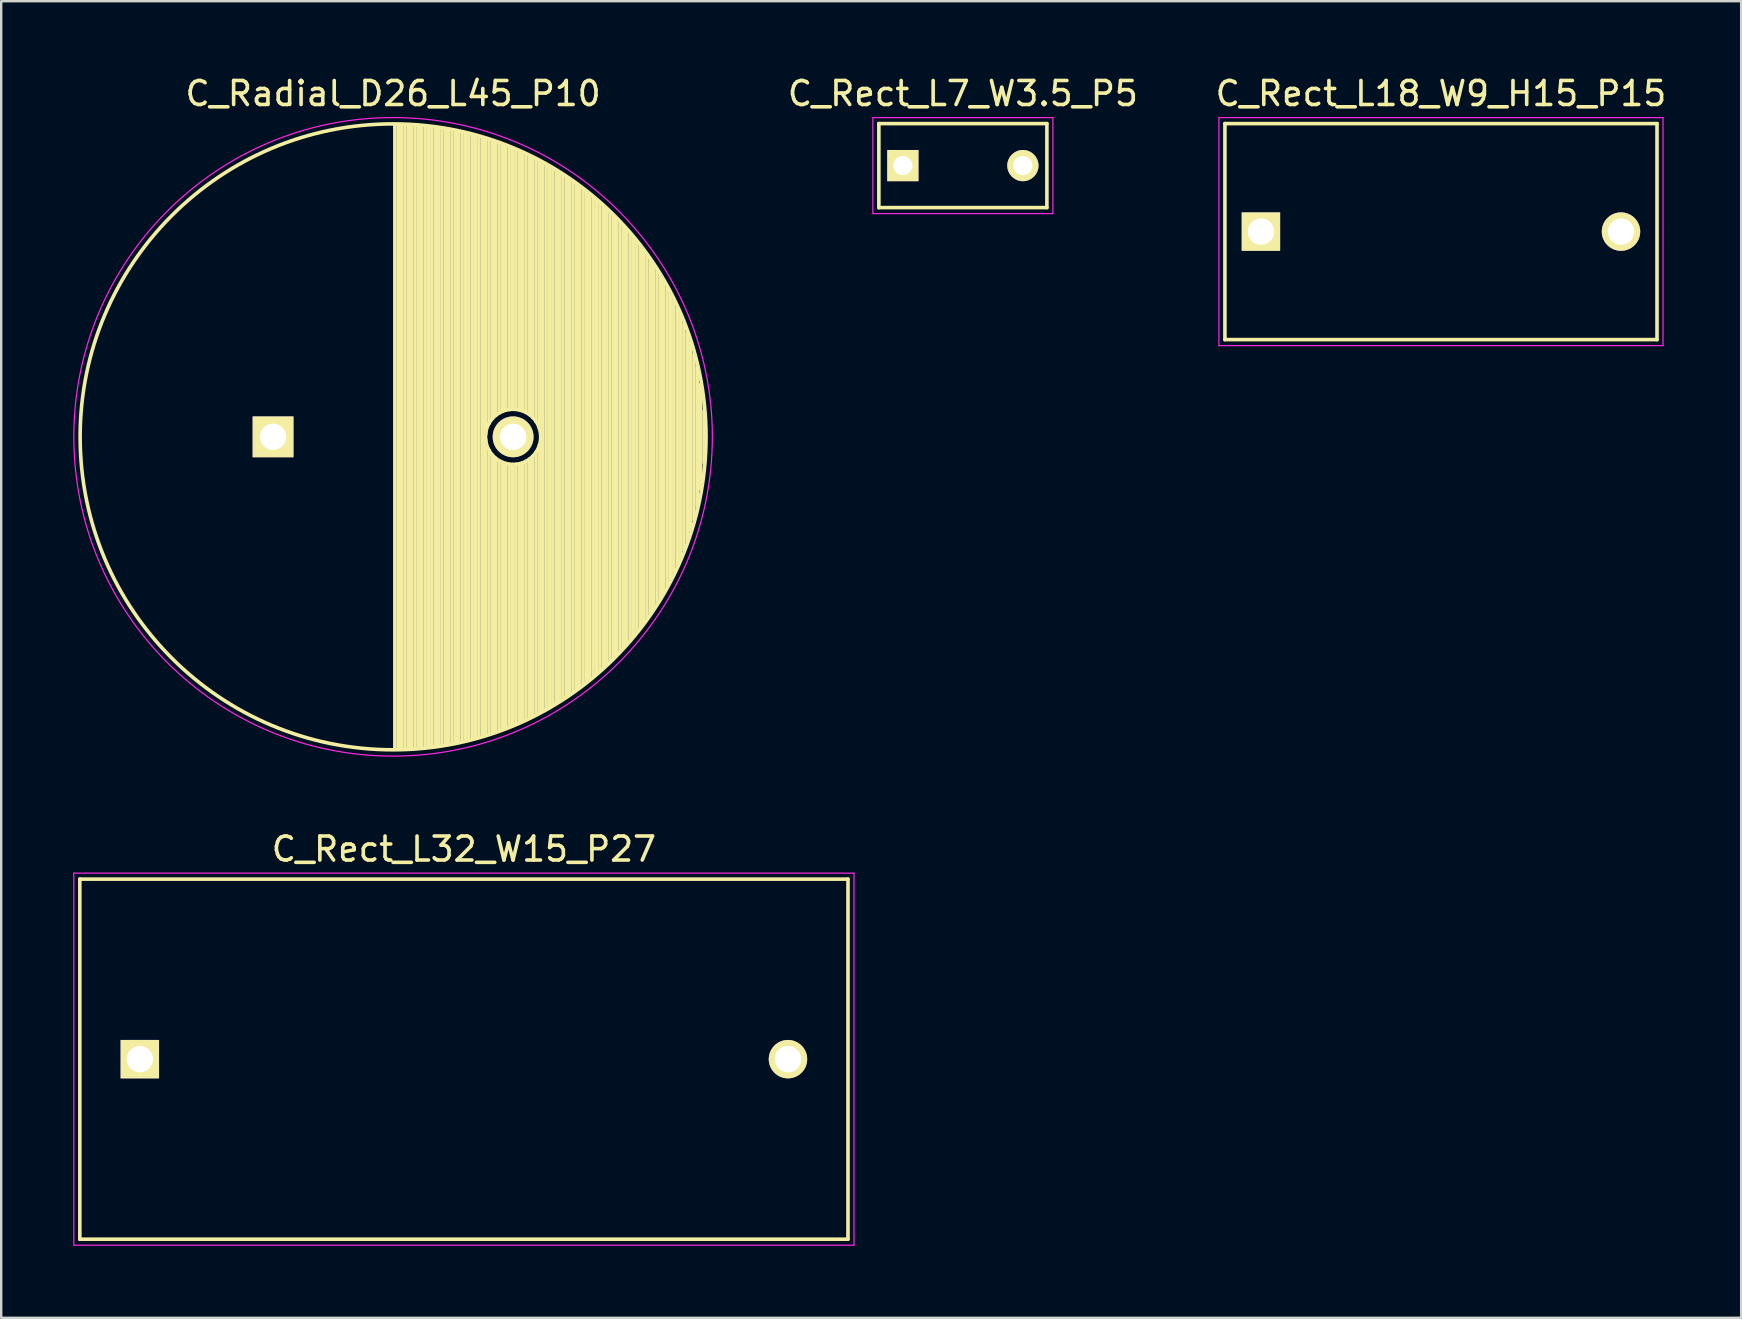
<source format=kicad_pcb>
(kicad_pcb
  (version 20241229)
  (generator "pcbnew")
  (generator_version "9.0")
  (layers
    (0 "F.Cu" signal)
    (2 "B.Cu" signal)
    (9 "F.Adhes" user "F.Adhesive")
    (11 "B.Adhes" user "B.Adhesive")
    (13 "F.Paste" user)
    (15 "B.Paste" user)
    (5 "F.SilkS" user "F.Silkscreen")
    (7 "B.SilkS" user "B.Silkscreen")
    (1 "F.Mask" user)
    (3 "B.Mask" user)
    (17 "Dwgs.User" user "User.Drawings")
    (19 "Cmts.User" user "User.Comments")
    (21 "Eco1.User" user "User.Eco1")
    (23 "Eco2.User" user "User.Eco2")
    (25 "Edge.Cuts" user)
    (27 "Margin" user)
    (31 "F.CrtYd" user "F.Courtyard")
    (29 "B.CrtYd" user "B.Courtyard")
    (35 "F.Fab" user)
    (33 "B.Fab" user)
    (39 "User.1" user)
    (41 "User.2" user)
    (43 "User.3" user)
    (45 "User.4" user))
  (footprint "C_Rect_L32_W15_P27"
    (layer "F.Cu")
    (at 2.775 41.072)
    (property "Reference" "C_Rect_L32_W15_P27" (at 13.5 -8.75 0) (layer "F.SilkS") (effects (font (size 1 1) (thickness 0.15))))
    (attr through_hole)
    (fp_line (start -2.5 -7.5) (end 29.5 -7.5) (stroke (width 0.15) (type solid)) (layer "F.SilkS"))
    (fp_line (start -2.5 7.5) (end -2.5 -7.5) (stroke (width 0.15) (type solid)) (layer "F.SilkS"))
    (fp_line (start 29.5 -7.5) (end 29.5 7.5) (stroke (width 0.15) (type solid)) (layer "F.SilkS"))
    (fp_line (start 29.5 7.5) (end -2.5 7.5) (stroke (width 0.15) (type solid)) (layer "F.SilkS"))
    (fp_line (start -2.75 -7.75) (end 29.75 -7.75) (stroke (width 0.05) (type solid)) (layer "F.CrtYd"))
    (fp_line (start -2.75 7.75) (end -2.75 -7.75) (stroke (width 0.05) (type solid)) (layer "F.CrtYd"))
    (fp_line (start 29.75 -7.75) (end 29.75 7.75) (stroke (width 0.05) (type solid)) (layer "F.CrtYd"))
    (fp_line (start 29.75 7.75) (end -2.75 7.75) (stroke (width 0.05) (type solid)) (layer "F.CrtYd"))
    (pad "1" thru_hole rect (at 0 0) (size 1.6 1.6) (drill 1.1) (layers "*.Cu" "*.Mask" "F.SilkS"))
    (pad "2" thru_hole circle (at 27 0) (size 1.6 1.6) (drill 1.1) (layers "*.Cu" "*.Mask" "F.SilkS")))
  (footprint "C_Radial_D26_L45_P10"
    (layer "F.Cu")
    (at 8.325 15.148)
    (property "Reference" "C_Radial_D26_L45_P10" (at 5 -14.3 0) (layer "F.SilkS") (effects (font (size 1 1) (thickness 0.15))))
    (attr through_hole)
    (fp_line (start 5.075 -13) (end 5.075 13) (stroke (width 0.15) (type solid)) (layer "F.SilkS"))
    (fp_line (start 5.215 -12.998) (end 5.215 12.998) (stroke (width 0.15) (type solid)) (layer "F.SilkS"))
    (fp_line (start 5.355 -12.995) (end 5.355 12.995) (stroke (width 0.15) (type solid)) (layer "F.SilkS"))
    (fp_line (start 5.495 -12.991) (end 5.495 12.991) (stroke (width 0.15) (type solid)) (layer "F.SilkS"))
    (fp_line (start 5.635 -12.984) (end 5.635 12.984) (stroke (width 0.15) (type solid)) (layer "F.SilkS"))
    (fp_line (start 5.775 -12.977) (end 5.775 12.977) (stroke (width 0.15) (type solid)) (layer "F.SilkS"))
    (fp_line (start 5.915 -12.968) (end 5.915 12.968) (stroke (width 0.15) (type solid)) (layer "F.SilkS"))
    (fp_line (start 6.055 -12.957) (end 6.055 12.957) (stroke (width 0.15) (type solid)) (layer "F.SilkS"))
    (fp_line (start 6.195 -12.945) (end 6.195 12.945) (stroke (width 0.15) (type solid)) (layer "F.SilkS"))
    (fp_line (start 6.335 -12.931) (end 6.335 12.931) (stroke (width 0.15) (type solid)) (layer "F.SilkS"))
    (fp_line (start 6.475 -12.916) (end 6.475 12.916) (stroke (width 0.15) (type solid)) (layer "F.SilkS"))
    (fp_line (start 6.615 -12.899) (end 6.615 12.899) (stroke (width 0.15) (type solid)) (layer "F.SilkS"))
    (fp_line (start 6.755 -12.881) (end 6.755 12.881) (stroke (width 0.15) (type solid)) (layer "F.SilkS"))
    (fp_line (start 6.895 -12.861) (end 6.895 12.861) (stroke (width 0.15) (type solid)) (layer "F.SilkS"))
    (fp_line (start 7.035 -12.84) (end 7.035 12.84) (stroke (width 0.15) (type solid)) (layer "F.SilkS"))
    (fp_line (start 7.175 -12.817) (end 7.175 12.817) (stroke (width 0.15) (type solid)) (layer "F.SilkS"))
    (fp_line (start 7.315 -12.792) (end 7.315 12.792) (stroke (width 0.15) (type solid)) (layer "F.SilkS"))
    (fp_line (start 7.455 -12.766) (end 7.455 12.766) (stroke (width 0.15) (type solid)) (layer "F.SilkS"))
    (fp_line (start 7.595 -12.738) (end 7.595 12.738) (stroke (width 0.15) (type solid)) (layer "F.SilkS"))
    (fp_line (start 7.735 -12.709) (end 7.735 12.709) (stroke (width 0.15) (type solid)) (layer "F.SilkS"))
    (fp_line (start 7.875 -12.678) (end 7.875 12.678) (stroke (width 0.15) (type solid)) (layer "F.SilkS"))
    (fp_line (start 8.015 -12.646) (end 8.015 12.646) (stroke (width 0.15) (type solid)) (layer "F.SilkS"))
    (fp_line (start 8.155 -12.611) (end 8.155 12.611) (stroke (width 0.15) (type solid)) (layer "F.SilkS"))
    (fp_line (start 8.295 -12.575) (end 8.295 12.575) (stroke (width 0.15) (type solid)) (layer "F.SilkS"))
    (fp_line (start 8.435 -12.538) (end 8.435 12.538) (stroke (width 0.15) (type solid)) (layer "F.SilkS"))
    (fp_line (start 8.575 -12.499) (end 8.575 12.499) (stroke (width 0.15) (type solid)) (layer "F.SilkS"))
    (fp_line (start 8.715 -12.458) (end 8.715 12.458) (stroke (width 0.15) (type solid)) (layer "F.SilkS"))
    (fp_line (start 8.855 -12.415) (end 8.855 -0.107) (stroke (width 0.15) (type solid)) (layer "F.SilkS"))
    (fp_line (start 8.855 0.107) (end 8.855 12.415) (stroke (width 0.15) (type solid)) (layer "F.SilkS"))
    (fp_line (start 8.995 -12.371) (end 8.995 -0.559) (stroke (width 0.15) (type solid)) (layer "F.SilkS"))
    (fp_line (start 8.995 0.559) (end 8.995 12.371) (stroke (width 0.15) (type solid)) (layer "F.SilkS"))
    (fp_line (start 9.135 -12.325) (end 9.135 -0.758) (stroke (width 0.15) (type solid)) (layer "F.SilkS"))
    (fp_line (start 9.135 0.758) (end 9.135 12.325) (stroke (width 0.15) (type solid)) (layer "F.SilkS"))
    (fp_line (start 9.275 -12.277) (end 9.275 -0.893) (stroke (width 0.15) (type solid)) (layer "F.SilkS"))
    (fp_line (start 9.275 0.893) (end 9.275 12.277) (stroke (width 0.15) (type solid)) (layer "F.SilkS"))
    (fp_line (start 9.415 -12.227) (end 9.415 -0.99) (stroke (width 0.15) (type solid)) (layer "F.SilkS"))
    (fp_line (start 9.415 0.99) (end 9.415 12.227) (stroke (width 0.15) (type solid)) (layer "F.SilkS"))
    (fp_line (start 9.555 -12.176) (end 9.555 -1.06) (stroke (width 0.15) (type solid)) (layer "F.SilkS"))
    (fp_line (start 9.555 1.06) (end 9.555 12.176) (stroke (width 0.15) (type solid)) (layer "F.SilkS"))
    (fp_line (start 9.695 -12.123) (end 9.695 -1.109) (stroke (width 0.15) (type solid)) (layer "F.SilkS"))
    (fp_line (start 9.695 1.109) (end 9.695 12.123) (stroke (width 0.15) (type solid)) (layer "F.SilkS"))
    (fp_line (start 9.835 -12.067) (end 9.835 -1.138) (stroke (width 0.15) (type solid)) (layer "F.SilkS"))
    (fp_line (start 9.835 1.138) (end 9.835 12.067) (stroke (width 0.15) (type solid)) (layer "F.SilkS"))
    (fp_line (start 9.975 -12.01) (end 9.975 -1.15) (stroke (width 0.15) (type solid)) (layer "F.SilkS"))
    (fp_line (start 9.975 1.15) (end 9.975 12.01) (stroke (width 0.15) (type solid)) (layer "F.SilkS"))
    (fp_line (start 10.115 -11.951) (end 10.115 -1.144) (stroke (width 0.15) (type solid)) (layer "F.SilkS"))
    (fp_line (start 10.115 1.144) (end 10.115 11.951) (stroke (width 0.15) (type solid)) (layer "F.SilkS"))
    (fp_line (start 10.255 -11.891) (end 10.255 -1.121) (stroke (width 0.15) (type solid)) (layer "F.SilkS"))
    (fp_line (start 10.255 1.121) (end 10.255 11.891) (stroke (width 0.15) (type solid)) (layer "F.SilkS"))
    (fp_line (start 10.395 -11.828) (end 10.395 -1.08) (stroke (width 0.15) (type solid)) (layer "F.SilkS"))
    (fp_line (start 10.395 1.08) (end 10.395 11.828) (stroke (width 0.15) (type solid)) (layer "F.SilkS"))
    (fp_line (start 10.535 -11.763) (end 10.535 -1.018) (stroke (width 0.15) (type solid)) (layer "F.SilkS"))
    (fp_line (start 10.535 1.018) (end 10.535 11.763) (stroke (width 0.15) (type solid)) (layer "F.SilkS"))
    (fp_line (start 10.675 -11.696) (end 10.675 -0.931) (stroke (width 0.15) (type solid)) (layer "F.SilkS"))
    (fp_line (start 10.675 0.931) (end 10.675 11.696) (stroke (width 0.15) (type solid)) (layer "F.SilkS"))
    (fp_line (start 10.815 -11.627) (end 10.815 -0.811) (stroke (width 0.15) (type solid)) (layer "F.SilkS"))
    (fp_line (start 10.815 0.811) (end 10.815 11.627) (stroke (width 0.15) (type solid)) (layer "F.SilkS"))
    (fp_line (start 10.955 -11.556) (end 10.955 -0.641) (stroke (width 0.15) (type solid)) (layer "F.SilkS"))
    (fp_line (start 10.955 0.641) (end 10.955 11.556) (stroke (width 0.15) (type solid)) (layer "F.SilkS"))
    (fp_line (start 11.095 -11.483) (end 11.095 -0.351) (stroke (width 0.15) (type solid)) (layer "F.SilkS"))
    (fp_line (start 11.095 0.351) (end 11.095 11.483) (stroke (width 0.15) (type solid)) (layer "F.SilkS"))
    (fp_line (start 11.235 -11.407) (end 11.235 11.407) (stroke (width 0.15) (type solid)) (layer "F.SilkS"))
    (fp_line (start 11.375 -11.33) (end 11.375 11.33) (stroke (width 0.15) (type solid)) (layer "F.SilkS"))
    (fp_line (start 11.515 -11.25) (end 11.515 11.25) (stroke (width 0.15) (type solid)) (layer "F.SilkS"))
    (fp_line (start 11.655 -11.167) (end 11.655 11.167) (stroke (width 0.15) (type solid)) (layer "F.SilkS"))
    (fp_line (start 11.795 -11.083) (end 11.795 11.083) (stroke (width 0.15) (type solid)) (layer "F.SilkS"))
    (fp_line (start 11.935 -10.996) (end 11.935 10.996) (stroke (width 0.15) (type solid)) (layer "F.SilkS"))
    (fp_line (start 12.075 -10.906) (end 12.075 10.906) (stroke (width 0.15) (type solid)) (layer "F.SilkS"))
    (fp_line (start 12.215 -10.814) (end 12.215 10.814) (stroke (width 0.15) (type solid)) (layer "F.SilkS"))
    (fp_line (start 12.355 -10.719) (end 12.355 10.719) (stroke (width 0.15) (type solid)) (layer "F.SilkS"))
    (fp_line (start 12.495 -10.622) (end 12.495 10.622) (stroke (width 0.15) (type solid)) (layer "F.SilkS"))
    (fp_line (start 12.635 -10.522) (end 12.635 10.522) (stroke (width 0.15) (type solid)) (layer "F.SilkS"))
    (fp_line (start 12.775 -10.419) (end 12.775 10.419) (stroke (width 0.15) (type solid)) (layer "F.SilkS"))
    (fp_line (start 12.915 -10.313) (end 12.915 10.313) (stroke (width 0.15) (type solid)) (layer "F.SilkS"))
    (fp_line (start 13.055 -10.204) (end 13.055 10.204) (stroke (width 0.15) (type solid)) (layer "F.SilkS"))
    (fp_line (start 13.195 -10.092) (end 13.195 10.092) (stroke (width 0.15) (type solid)) (layer "F.SilkS"))
    (fp_line (start 13.335 -9.976) (end 13.335 9.976) (stroke (width 0.15) (type solid)) (layer "F.SilkS"))
    (fp_line (start 13.475 -9.858) (end 13.475 9.858) (stroke (width 0.15) (type solid)) (layer "F.SilkS"))
    (fp_line (start 13.615 -9.736) (end 13.615 9.736) (stroke (width 0.15) (type solid)) (layer "F.SilkS"))
    (fp_line (start 13.755 -9.61) (end 13.755 9.61) (stroke (width 0.15) (type solid)) (layer "F.SilkS"))
    (fp_line (start 13.895 -9.48) (end 13.895 9.48) (stroke (width 0.15) (type solid)) (layer "F.SilkS"))
    (fp_line (start 14.035 -9.347) (end 14.035 9.347) (stroke (width 0.15) (type solid)) (layer "F.SilkS"))
    (fp_line (start 14.175 -9.21) (end 14.175 9.21) (stroke (width 0.15) (type solid)) (layer "F.SilkS"))
    (fp_line (start 14.315 -9.068) (end 14.315 9.068) (stroke (width 0.15) (type solid)) (layer "F.SilkS"))
    (fp_line (start 14.455 -8.922) (end 14.455 8.922) (stroke (width 0.15) (type solid)) (layer "F.SilkS"))
    (fp_line (start 14.595 -8.771) (end 14.595 8.771) (stroke (width 0.15) (type solid)) (layer "F.SilkS"))
    (fp_line (start 14.735 -8.616) (end 14.735 8.616) (stroke (width 0.15) (type solid)) (layer "F.SilkS"))
    (fp_line (start 14.875 -8.455) (end 14.875 8.455) (stroke (width 0.15) (type solid)) (layer "F.SilkS"))
    (fp_line (start 15.015 -8.289) (end 15.015 8.289) (stroke (width 0.15) (type solid)) (layer "F.SilkS"))
    (fp_line (start 15.155 -8.116) (end 15.155 8.116) (stroke (width 0.15) (type solid)) (layer "F.SilkS"))
    (fp_line (start 15.295 -7.938) (end 15.295 7.938) (stroke (width 0.15) (type solid)) (layer "F.SilkS"))
    (fp_line (start 15.435 -7.753) (end 15.435 7.753) (stroke (width 0.15) (type solid)) (layer "F.SilkS"))
    (fp_line (start 15.575 -7.561) (end 15.575 7.561) (stroke (width 0.15) (type solid)) (layer "F.SilkS"))
    (fp_line (start 15.715 -7.361) (end 15.715 7.361) (stroke (width 0.15) (type solid)) (layer "F.SilkS"))
    (fp_line (start 15.855 -7.153) (end 15.855 7.153) (stroke (width 0.15) (type solid)) (layer "F.SilkS"))
    (fp_line (start 15.995 -6.936) (end 15.995 6.936) (stroke (width 0.15) (type solid)) (layer "F.SilkS"))
    (fp_line (start 16.135 -6.709) (end 16.135 6.709) (stroke (width 0.15) (type solid)) (layer "F.SilkS"))
    (fp_line (start 16.275 -6.471) (end 16.275 6.471) (stroke (width 0.15) (type solid)) (layer "F.SilkS"))
    (fp_line (start 16.415 -6.221) (end 16.415 6.221) (stroke (width 0.15) (type solid)) (layer "F.SilkS"))
    (fp_line (start 16.555 -5.957) (end 16.555 5.957) (stroke (width 0.15) (type solid)) (layer "F.SilkS"))
    (fp_line (start 16.695 -5.677) (end 16.695 5.677) (stroke (width 0.15) (type solid)) (layer "F.SilkS"))
    (fp_line (start 16.835 -5.379) (end 16.835 5.379) (stroke (width 0.15) (type solid)) (layer "F.SilkS"))
    (fp_line (start 16.975 -5.06) (end 16.975 5.06) (stroke (width 0.15) (type solid)) (layer "F.SilkS"))
    (fp_line (start 17.115 -4.715) (end 17.115 4.715) (stroke (width 0.15) (type solid)) (layer "F.SilkS"))
    (fp_line (start 17.255 -4.338) (end 17.255 4.338) (stroke (width 0.15) (type solid)) (layer "F.SilkS"))
    (fp_line (start 17.395 -3.92) (end 17.395 3.92) (stroke (width 0.15) (type solid)) (layer "F.SilkS"))
    (fp_line (start 17.535 -3.446) (end 17.535 3.446) (stroke (width 0.15) (type solid)) (layer "F.SilkS"))
    (fp_line (start 17.675 -2.889) (end 17.675 2.889) (stroke (width 0.15) (type solid)) (layer "F.SilkS"))
    (fp_line (start 17.815 -2.185) (end 17.815 2.185) (stroke (width 0.15) (type solid)) (layer "F.SilkS"))
    (fp_line (start 17.955 -1.081) (end 17.955 1.081) (stroke (width 0.15) (type solid)) (layer "F.SilkS"))
    (fp_circle (center 5 0) (end 5 -13.037) (stroke (width 0.15) (type solid)) (fill no) (layer "F.SilkS"))
    (fp_circle (center 10 0) (end 10 -1.15) (stroke (width 0.15) (type solid)) (fill no) (layer "F.SilkS"))
    (fp_circle (center 5 0) (end 5 -13.3) (stroke (width 0.05) (type solid)) (fill no) (layer "F.CrtYd"))
    (pad "1" thru_hole rect (at 0 0) (size 1.7 1.7) (drill 1.1) (layers "*.Cu" "*.Mask" "F.SilkS"))
    (pad "2" thru_hole circle (at 10 0) (size 1.7 1.7) (drill 1.1) (layers "*.Cu" "*.Mask" "F.SilkS")))
  (footprint "C_Rect_L18_W9_H15_P15"
    (layer "F.Cu")
    (at 49.477 6.598)
    (property "Reference" "C_Rect_L18_W9_H15_P15" (at 7.5 -5.75 0) (layer "F.SilkS") (effects (font (size 1 1) (thickness 0.15))))
    (attr through_hole)
    (fp_line (start -1.5 -4.5) (end 16.5 -4.5) (stroke (width 0.15) (type solid)) (layer "F.SilkS"))
    (fp_line (start -1.5 4.5) (end -1.5 -4.5) (stroke (width 0.15) (type solid)) (layer "F.SilkS"))
    (fp_line (start 16.5 -4.5) (end 16.5 4.5) (stroke (width 0.15) (type solid)) (layer "F.SilkS"))
    (fp_line (start 16.5 4.5) (end -1.5 4.5) (stroke (width 0.15) (type solid)) (layer "F.SilkS"))
    (fp_line (start -1.75 -4.75) (end 16.75 -4.75) (stroke (width 0.05) (type solid)) (layer "F.CrtYd"))
    (fp_line (start -1.75 4.75) (end -1.75 -4.75) (stroke (width 0.05) (type solid)) (layer "F.CrtYd"))
    (fp_line (start 16.75 -4.75) (end 16.75 4.75) (stroke (width 0.05) (type solid)) (layer "F.CrtYd"))
    (fp_line (start 16.75 4.75) (end -1.75 4.75) (stroke (width 0.05) (type solid)) (layer "F.CrtYd"))
    (pad "1" thru_hole rect (at 0 0) (size 1.6 1.6) (drill 1.1) (layers "*.Cu" "*.Mask" "F.SilkS"))
    (pad "2" thru_hole circle (at 15 0) (size 1.6 1.6) (drill 1.1) (layers "*.Cu" "*.Mask" "F.SilkS")))
  (footprint "C_Rect_L7_W3.5_P5"
    (layer "F.Cu")
    (at 34.561 3.848)
    (property "Reference" "C_Rect_L7_W3.5_P5" (at 2.5 -3 0) (layer "F.SilkS") (effects (font (size 1 1) (thickness 0.15))))
    (attr through_hole)
    (fp_line (start -1 -1.75) (end 6 -1.75) (stroke (width 0.15) (type solid)) (layer "F.SilkS"))
    (fp_line (start -1 1.75) (end -1 -1.75) (stroke (width 0.15) (type solid)) (layer "F.SilkS"))
    (fp_line (start 6 -1.75) (end 6 1.75) (stroke (width 0.15) (type solid)) (layer "F.SilkS"))
    (fp_line (start 6 1.75) (end -1 1.75) (stroke (width 0.15) (type solid)) (layer "F.SilkS"))
    (fp_line (start -1.25 -2) (end 6.25 -2) (stroke (width 0.05) (type solid)) (layer "F.CrtYd"))
    (fp_line (start -1.25 2) (end -1.25 -2) (stroke (width 0.05) (type solid)) (layer "F.CrtYd"))
    (fp_line (start 6.25 -2) (end 6.25 2) (stroke (width 0.05) (type solid)) (layer "F.CrtYd"))
    (fp_line (start 6.25 2) (end -1.25 2) (stroke (width 0.05) (type solid)) (layer "F.CrtYd"))
    (pad "1" thru_hole rect (at 0 0) (size 1.3 1.3) (drill 0.8) (layers "*.Cu" "*.Mask" "F.SilkS"))
    (pad "2" thru_hole circle (at 5 0) (size 1.3 1.3) (drill 0.8) (layers "*.Cu" "*.Mask" "F.SilkS")))
  (gr_rect
    (start -3 -3)
    (end 69.483 51.846)
    (stroke (width 0.1) (type default))
    (fill no)
    (layer "Edge.Cuts")))
</source>
